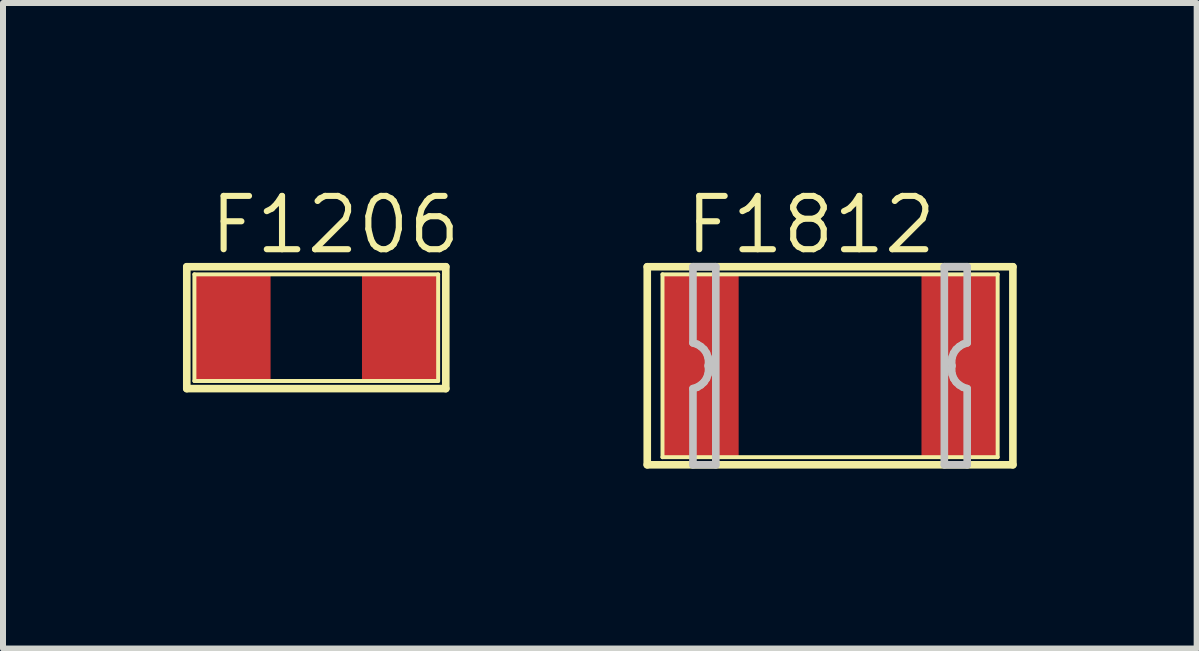
<source format=kicad_pcb>
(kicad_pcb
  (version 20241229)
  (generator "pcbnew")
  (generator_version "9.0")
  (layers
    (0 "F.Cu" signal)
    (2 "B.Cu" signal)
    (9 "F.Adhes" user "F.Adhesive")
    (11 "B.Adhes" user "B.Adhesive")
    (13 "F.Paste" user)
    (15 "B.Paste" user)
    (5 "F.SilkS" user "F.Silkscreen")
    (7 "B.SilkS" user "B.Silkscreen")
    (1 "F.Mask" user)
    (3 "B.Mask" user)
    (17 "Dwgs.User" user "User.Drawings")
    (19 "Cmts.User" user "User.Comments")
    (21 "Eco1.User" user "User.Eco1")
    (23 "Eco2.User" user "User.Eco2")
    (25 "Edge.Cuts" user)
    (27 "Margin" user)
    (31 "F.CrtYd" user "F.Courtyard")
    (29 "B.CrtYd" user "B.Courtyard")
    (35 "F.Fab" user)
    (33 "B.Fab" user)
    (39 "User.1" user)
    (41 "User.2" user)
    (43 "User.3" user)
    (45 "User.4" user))
  (footprint "F1206"
    (layer "F.Cu")
    (at 2.223 2.413)
    (property "Reference" "F1206" (at 0.318 -1.714 0) (layer "F.SilkS") (effects (font (size 0.889 0.889) (thickness 0.102))))
    (attr smd)
    (fp_line (start -2.159 -1.016) (end 2.159 -1.016) (stroke (width 0.127) (type solid)) (layer "F.SilkS"))
    (fp_line (start -2.159 1.016) (end -2.159 -1.016) (stroke (width 0.127) (type solid)) (layer "F.SilkS"))
    (fp_line (start -2.032 -0.889) (end 2.032 -0.889) (stroke (width 0.066) (type solid)) (layer "F.SilkS"))
    (fp_line (start -2.032 0.889) (end -2.032 -0.889) (stroke (width 0.066) (type solid)) (layer "F.SilkS"))
    (fp_line (start -2.032 0.889) (end 2.032 0.889) (stroke (width 0.066) (type solid)) (layer "F.SilkS"))
    (fp_line (start 2.032 0.889) (end 2.032 -0.889) (stroke (width 0.066) (type solid)) (layer "F.SilkS"))
    (fp_line (start 2.159 -1.016) (end 2.159 1.016) (stroke (width 0.127) (type solid)) (layer "F.SilkS"))
    (fp_line (start 2.159 1.016) (end -2.159 1.016) (stroke (width 0.127) (type solid)) (layer "F.SilkS"))
    (pad "1" smd rect (at -1.397 0) (size 1.27 1.778) (layers "F.Cu" "F.Mask" "F.Paste"))
    (pad "2" smd rect (at 1.397 0) (size 1.27 1.778) (layers "F.Cu" "F.Mask" "F.Paste")))
  (footprint "F1812"
    (layer "F.Cu")
    (at 10.789 3.048)
    (property "Reference" "F1812" (at -0.318 -2.349 0) (layer "F.SilkS") (effects (font (size 0.889 0.889) (thickness 0.102))))
    (attr smd)
    (fp_line (start -3.048 -1.651) (end -3.048 1.651) (stroke (width 0.127) (type solid)) (layer "F.SilkS"))
    (fp_line (start -3.048 -1.651) (end 3.048 -1.651) (stroke (width 0.127) (type solid)) (layer "F.SilkS"))
    (fp_line (start -2.794 -1.524) (end 2.794 -1.524) (stroke (width 0.066) (type solid)) (layer "F.SilkS"))
    (fp_line (start -2.794 1.524) (end -2.794 -1.524) (stroke (width 0.066) (type solid)) (layer "F.SilkS"))
    (fp_line (start -2.794 1.524) (end 2.794 1.524) (stroke (width 0.066) (type solid)) (layer "F.SilkS"))
    (fp_line (start 2.794 1.524) (end 2.794 -1.524) (stroke (width 0.066) (type solid)) (layer "F.SilkS"))
    (fp_line (start 3.048 -1.651) (end 3.048 1.651) (stroke (width 0.127) (type solid)) (layer "F.SilkS"))
    (fp_line (start 3.048 1.651) (end -3.048 1.651) (stroke (width 0.127) (type solid)) (layer "F.SilkS"))
    (fp_line (start -2.286 -1.651) (end -1.905 -1.651) (stroke (width 0.127) (type solid)) (layer "Dwgs.User"))
    (fp_line (start -2.286 -0.381) (end -2.286 -1.651) (stroke (width 0.127) (type solid)) (layer "Dwgs.User"))
    (fp_line (start -2.286 0.381) (end -2.215 0.358) (stroke (width 0.127) (type solid)) (layer "Dwgs.User"))
    (fp_line (start -2.286 1.651) (end -2.286 0.381) (stroke (width 0.127) (type solid)) (layer "Dwgs.User"))
    (fp_line (start -2.215 -0.358) (end -2.286 -0.381) (stroke (width 0.127) (type solid)) (layer "Dwgs.User"))
    (fp_line (start -2.215 0.358) (end -2.154 0.32) (stroke (width 0.127) (type solid)) (layer "Dwgs.User"))
    (fp_line (start -2.154 -0.32) (end -2.215 -0.358) (stroke (width 0.127) (type solid)) (layer "Dwgs.User"))
    (fp_line (start -2.154 0.32) (end -2.101 0.272) (stroke (width 0.127) (type solid)) (layer "Dwgs.User"))
    (fp_line (start -2.101 -0.272) (end -2.154 -0.32) (stroke (width 0.127) (type solid)) (layer "Dwgs.User"))
    (fp_line (start -2.101 0.272) (end -2.06 0.211) (stroke (width 0.127) (type solid)) (layer "Dwgs.User"))
    (fp_line (start -2.06 -0.211) (end -2.101 -0.272) (stroke (width 0.127) (type solid)) (layer "Dwgs.User"))
    (fp_line (start -2.06 0.211) (end -2.035 0.142) (stroke (width 0.127) (type solid)) (layer "Dwgs.User"))
    (fp_line (start -2.035 -0.142) (end -2.06 -0.211) (stroke (width 0.127) (type solid)) (layer "Dwgs.User"))
    (fp_line (start -2.035 0.142) (end -2.024 0.071) (stroke (width 0.127) (type solid)) (layer "Dwgs.User"))
    (fp_line (start -2.032 0) (end -2.024 -0.071) (stroke (width 0.127) (type solid)) (layer "Dwgs.User"))
    (fp_line (start -2.024 -0.071) (end -2.035 -0.142) (stroke (width 0.127) (type solid)) (layer "Dwgs.User"))
    (fp_line (start -2.024 0.071) (end -2.032 0) (stroke (width 0.127) (type solid)) (layer "Dwgs.User"))
    (fp_line (start -1.905 -1.651) (end -1.905 1.651) (stroke (width 0.127) (type solid)) (layer "Dwgs.User"))
    (fp_line (start -1.905 1.651) (end -2.286 1.651) (stroke (width 0.127) (type solid)) (layer "Dwgs.User"))
    (fp_line (start 1.905 -1.651) (end 2.286 -1.651) (stroke (width 0.127) (type solid)) (layer "Dwgs.User"))
    (fp_line (start 1.905 1.651) (end 1.905 -1.651) (stroke (width 0.127) (type solid)) (layer "Dwgs.User"))
    (fp_line (start 2.024 -0.071) (end 2.032 0) (stroke (width 0.127) (type solid)) (layer "Dwgs.User"))
    (fp_line (start 2.024 0.071) (end 2.035 0.142) (stroke (width 0.127) (type solid)) (layer "Dwgs.User"))
    (fp_line (start 2.032 0) (end 2.024 0.071) (stroke (width 0.127) (type solid)) (layer "Dwgs.User"))
    (fp_line (start 2.035 -0.142) (end 2.024 -0.071) (stroke (width 0.127) (type solid)) (layer "Dwgs.User"))
    (fp_line (start 2.035 0.142) (end 2.06 0.211) (stroke (width 0.127) (type solid)) (layer "Dwgs.User"))
    (fp_line (start 2.06 -0.211) (end 2.035 -0.142) (stroke (width 0.127) (type solid)) (layer "Dwgs.User"))
    (fp_line (start 2.06 0.211) (end 2.101 0.272) (stroke (width 0.127) (type solid)) (layer "Dwgs.User"))
    (fp_line (start 2.101 -0.272) (end 2.06 -0.211) (stroke (width 0.127) (type solid)) (layer "Dwgs.User"))
    (fp_line (start 2.101 0.272) (end 2.154 0.32) (stroke (width 0.127) (type solid)) (layer "Dwgs.User"))
    (fp_line (start 2.154 -0.32) (end 2.101 -0.272) (stroke (width 0.127) (type solid)) (layer "Dwgs.User"))
    (fp_line (start 2.154 0.32) (end 2.215 0.358) (stroke (width 0.127) (type solid)) (layer "Dwgs.User"))
    (fp_line (start 2.215 -0.358) (end 2.154 -0.32) (stroke (width 0.127) (type solid)) (layer "Dwgs.User"))
    (fp_line (start 2.215 0.358) (end 2.286 0.381) (stroke (width 0.127) (type solid)) (layer "Dwgs.User"))
    (fp_line (start 2.286 -1.651) (end 2.286 -0.381) (stroke (width 0.127) (type solid)) (layer "Dwgs.User"))
    (fp_line (start 2.286 -0.381) (end 2.215 -0.358) (stroke (width 0.127) (type solid)) (layer "Dwgs.User"))
    (fp_line (start 2.286 0.381) (end 2.286 1.651) (stroke (width 0.127) (type solid)) (layer "Dwgs.User"))
    (fp_line (start 2.286 1.651) (end 1.905 1.651) (stroke (width 0.127) (type solid)) (layer "Dwgs.User"))
    (pad "1" smd rect (at -2.159 0 90) (size 3.048 1.27) (layers "F.Cu" "F.Mask" "F.Paste"))
    (pad "2" smd rect (at 2.159 0 90) (size 3.048 1.27) (layers "F.Cu" "F.Mask" "F.Paste")))
  (gr_rect
    (start -3 -3)
    (end 16.901 7.762)
    (stroke (width 0.1) (type default))
    (fill no)
    (layer "Edge.Cuts")))
</source>
